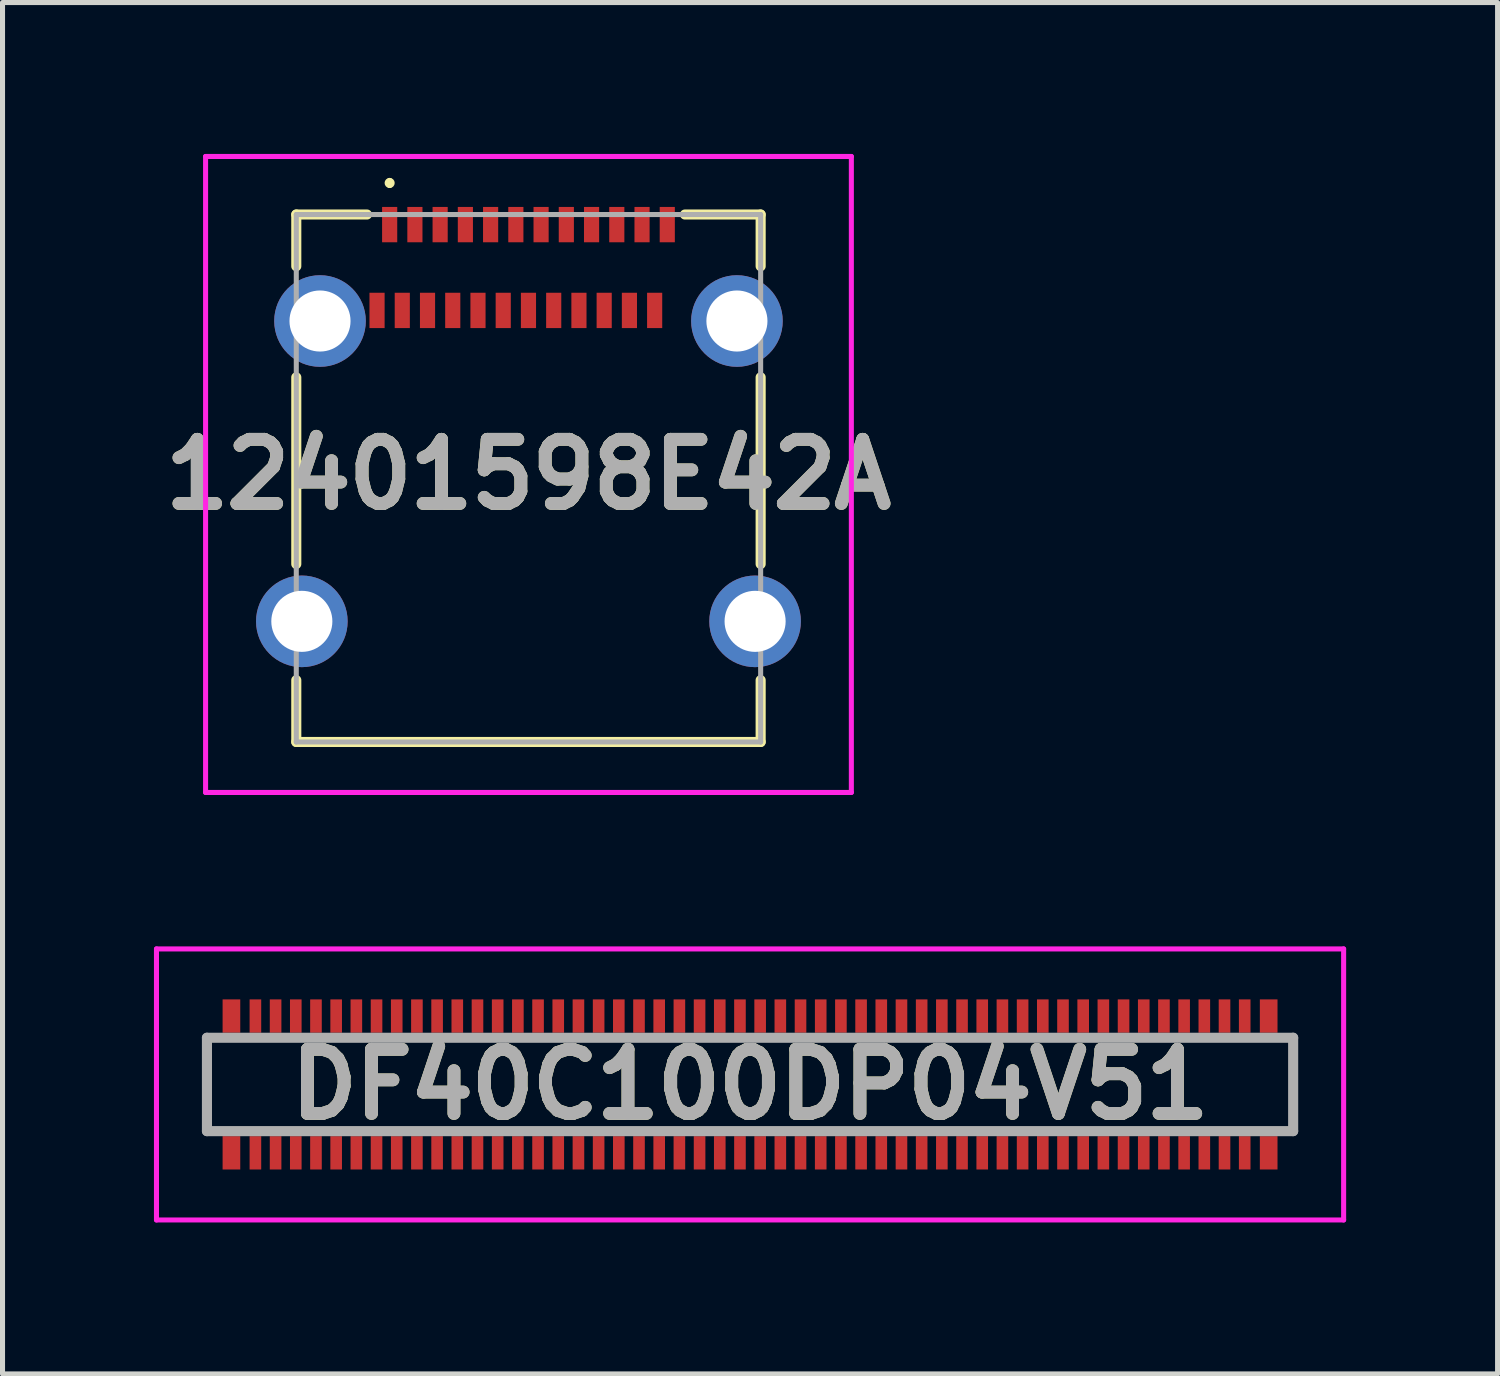
<source format=kicad_pcb>
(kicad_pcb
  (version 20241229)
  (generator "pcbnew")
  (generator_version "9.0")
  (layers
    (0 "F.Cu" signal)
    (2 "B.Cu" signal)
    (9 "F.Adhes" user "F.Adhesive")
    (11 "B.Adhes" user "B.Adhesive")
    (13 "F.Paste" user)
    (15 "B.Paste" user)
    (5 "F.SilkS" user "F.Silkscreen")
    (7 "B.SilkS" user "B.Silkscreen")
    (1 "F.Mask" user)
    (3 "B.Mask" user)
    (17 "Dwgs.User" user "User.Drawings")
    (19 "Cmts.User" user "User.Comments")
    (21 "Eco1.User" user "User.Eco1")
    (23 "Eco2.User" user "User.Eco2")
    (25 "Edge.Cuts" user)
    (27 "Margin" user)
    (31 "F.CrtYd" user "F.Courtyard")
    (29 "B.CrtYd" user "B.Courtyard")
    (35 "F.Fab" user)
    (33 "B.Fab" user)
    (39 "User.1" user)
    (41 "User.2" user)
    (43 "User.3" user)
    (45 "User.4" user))
  (footprint "DF40C100DP04V51"
    (layer "F.Cu")
    (at 11.81 18.435)
    (property "Reference" "DF40C100DP04V51" (at 0 0 0) (layer "F.SilkS") (effects (font (size 1.27 1.27) (thickness 0.254))))
    (attr smd)
    (fp_line (start -10.76 -0.925) (end -10.76 0.925) (stroke (width 0.1) (type solid)) (layer "F.SilkS"))
    (fp_line (start 10.76 -0.925) (end 10.76 0.925) (stroke (width 0.1) (type solid)) (layer "F.SilkS"))
    (fp_line (start -11.76 -2.685) (end 11.76 -2.685) (stroke (width 0.1) (type solid)) (layer "F.CrtYd"))
    (fp_line (start -11.76 2.685) (end -11.76 -2.685) (stroke (width 0.1) (type solid)) (layer "F.CrtYd"))
    (fp_line (start 11.76 -2.685) (end 11.76 2.685) (stroke (width 0.1) (type solid)) (layer "F.CrtYd"))
    (fp_line (start 11.76 2.685) (end -11.76 2.685) (stroke (width 0.1) (type solid)) (layer "F.CrtYd"))
    (fp_line (start -10.76 -0.925) (end 10.76 -0.925) (stroke (width 0.2) (type solid)) (layer "F.Fab"))
    (fp_line (start -10.76 0.925) (end -10.76 -0.925) (stroke (width 0.2) (type solid)) (layer "F.Fab"))
    (fp_line (start 10.76 -0.925) (end 10.76 0.925) (stroke (width 0.2) (type solid)) (layer "F.Fab"))
    (fp_line (start 10.76 0.925) (end -10.76 0.925) (stroke (width 0.2) (type solid)) (layer "F.Fab"))
    (fp_text user "${REFERENCE}" (at 0 0 0) (layer "F.Fab") (effects (font (size 1.27 1.27) (thickness 0.254))))
    (pad "1" smd rect (at -9.8 1.355) (size 0.23 0.66) (layers "F.Cu" "F.Mask" "F.Paste"))
    (pad "2" smd rect (at -9.8 -1.355) (size 0.23 0.66) (layers "F.Cu" "F.Mask" "F.Paste"))
    (pad "3" smd rect (at -9.4 1.355) (size 0.23 0.66) (layers "F.Cu" "F.Mask" "F.Paste"))
    (pad "4" smd rect (at -9.4 -1.355) (size 0.23 0.66) (layers "F.Cu" "F.Mask" "F.Paste"))
    (pad "5" smd rect (at -9 1.355) (size 0.23 0.66) (layers "F.Cu" "F.Mask" "F.Paste"))
    (pad "6" smd rect (at -9 -1.355) (size 0.23 0.66) (layers "F.Cu" "F.Mask" "F.Paste"))
    (pad "7" smd rect (at -8.6 1.355) (size 0.23 0.66) (layers "F.Cu" "F.Mask" "F.Paste"))
    (pad "8" smd rect (at -8.6 -1.355) (size 0.23 0.66) (layers "F.Cu" "F.Mask" "F.Paste"))
    (pad "9" smd rect (at -8.2 1.355) (size 0.23 0.66) (layers "F.Cu" "F.Mask" "F.Paste"))
    (pad "10" smd rect (at -8.2 -1.355) (size 0.23 0.66) (layers "F.Cu" "F.Mask" "F.Paste"))
    (pad "11" smd rect (at -7.8 1.355) (size 0.23 0.66) (layers "F.Cu" "F.Mask" "F.Paste"))
    (pad "12" smd rect (at -7.8 -1.355) (size 0.23 0.66) (layers "F.Cu" "F.Mask" "F.Paste"))
    (pad "13" smd rect (at -7.4 1.355) (size 0.23 0.66) (layers "F.Cu" "F.Mask" "F.Paste"))
    (pad "14" smd rect (at -7.4 -1.355) (size 0.23 0.66) (layers "F.Cu" "F.Mask" "F.Paste"))
    (pad "15" smd rect (at -7 1.355) (size 0.23 0.66) (layers "F.Cu" "F.Mask" "F.Paste"))
    (pad "16" smd rect (at -7 -1.355) (size 0.23 0.66) (layers "F.Cu" "F.Mask" "F.Paste"))
    (pad "17" smd rect (at -6.6 1.355) (size 0.23 0.66) (layers "F.Cu" "F.Mask" "F.Paste"))
    (pad "18" smd rect (at -6.6 -1.355) (size 0.23 0.66) (layers "F.Cu" "F.Mask" "F.Paste"))
    (pad "19" smd rect (at -6.2 1.355) (size 0.23 0.66) (layers "F.Cu" "F.Mask" "F.Paste"))
    (pad "20" smd rect (at -6.2 -1.355) (size 0.23 0.66) (layers "F.Cu" "F.Mask" "F.Paste"))
    (pad "21" smd rect (at -5.8 1.355) (size 0.23 0.66) (layers "F.Cu" "F.Mask" "F.Paste"))
    (pad "22" smd rect (at -5.8 -1.355) (size 0.23 0.66) (layers "F.Cu" "F.Mask" "F.Paste"))
    (pad "23" smd rect (at -5.4 1.355) (size 0.23 0.66) (layers "F.Cu" "F.Mask" "F.Paste"))
    (pad "24" smd rect (at -5.4 -1.355) (size 0.23 0.66) (layers "F.Cu" "F.Mask" "F.Paste"))
    (pad "25" smd rect (at -5 1.355) (size 0.23 0.66) (layers "F.Cu" "F.Mask" "F.Paste"))
    (pad "26" smd rect (at -5 -1.355) (size 0.23 0.66) (layers "F.Cu" "F.Mask" "F.Paste"))
    (pad "27" smd rect (at -4.6 1.355) (size 0.23 0.66) (layers "F.Cu" "F.Mask" "F.Paste"))
    (pad "28" smd rect (at -4.6 -1.355) (size 0.23 0.66) (layers "F.Cu" "F.Mask" "F.Paste"))
    (pad "29" smd rect (at -4.2 1.355) (size 0.23 0.66) (layers "F.Cu" "F.Mask" "F.Paste"))
    (pad "30" smd rect (at -4.2 -1.355) (size 0.23 0.66) (layers "F.Cu" "F.Mask" "F.Paste"))
    (pad "31" smd rect (at -3.8 1.355) (size 0.23 0.66) (layers "F.Cu" "F.Mask" "F.Paste"))
    (pad "32" smd rect (at -3.8 -1.355) (size 0.23 0.66) (layers "F.Cu" "F.Mask" "F.Paste"))
    (pad "33" smd rect (at -3.4 1.355) (size 0.23 0.66) (layers "F.Cu" "F.Mask" "F.Paste"))
    (pad "34" smd rect (at -3.4 -1.355) (size 0.23 0.66) (layers "F.Cu" "F.Mask" "F.Paste"))
    (pad "35" smd rect (at -3 1.355) (size 0.23 0.66) (layers "F.Cu" "F.Mask" "F.Paste"))
    (pad "36" smd rect (at -3 -1.355) (size 0.23 0.66) (layers "F.Cu" "F.Mask" "F.Paste"))
    (pad "37" smd rect (at -2.6 1.355) (size 0.23 0.66) (layers "F.Cu" "F.Mask" "F.Paste"))
    (pad "38" smd rect (at -2.6 -1.355) (size 0.23 0.66) (layers "F.Cu" "F.Mask" "F.Paste"))
    (pad "39" smd rect (at -2.2 1.355) (size 0.23 0.66) (layers "F.Cu" "F.Mask" "F.Paste"))
    (pad "40" smd rect (at -2.2 -1.355) (size 0.23 0.66) (layers "F.Cu" "F.Mask" "F.Paste"))
    (pad "41" smd rect (at -1.8 1.355) (size 0.23 0.66) (layers "F.Cu" "F.Mask" "F.Paste"))
    (pad "42" smd rect (at -1.8 -1.355) (size 0.23 0.66) (layers "F.Cu" "F.Mask" "F.Paste"))
    (pad "43" smd rect (at -1.4 1.355) (size 0.23 0.66) (layers "F.Cu" "F.Mask" "F.Paste"))
    (pad "44" smd rect (at -1.4 -1.355) (size 0.23 0.66) (layers "F.Cu" "F.Mask" "F.Paste"))
    (pad "45" smd rect (at -1 1.355) (size 0.23 0.66) (layers "F.Cu" "F.Mask" "F.Paste"))
    (pad "46" smd rect (at -1 -1.355) (size 0.23 0.66) (layers "F.Cu" "F.Mask" "F.Paste"))
    (pad "47" smd rect (at -0.6 1.355) (size 0.23 0.66) (layers "F.Cu" "F.Mask" "F.Paste"))
    (pad "48" smd rect (at -0.6 -1.355) (size 0.23 0.66) (layers "F.Cu" "F.Mask" "F.Paste"))
    (pad "49" smd rect (at -0.2 1.355) (size 0.23 0.66) (layers "F.Cu" "F.Mask" "F.Paste"))
    (pad "50" smd rect (at -0.2 -1.355) (size 0.23 0.66) (layers "F.Cu" "F.Mask" "F.Paste"))
    (pad "51" smd rect (at 0.2 1.355) (size 0.23 0.66) (layers "F.Cu" "F.Mask" "F.Paste"))
    (pad "52" smd rect (at 0.2 -1.355) (size 0.23 0.66) (layers "F.Cu" "F.Mask" "F.Paste"))
    (pad "53" smd rect (at 0.6 1.355) (size 0.23 0.66) (layers "F.Cu" "F.Mask" "F.Paste"))
    (pad "54" smd rect (at 0.6 -1.355) (size 0.23 0.66) (layers "F.Cu" "F.Mask" "F.Paste"))
    (pad "55" smd rect (at 1 1.355) (size 0.23 0.66) (layers "F.Cu" "F.Mask" "F.Paste"))
    (pad "56" smd rect (at 1 -1.355) (size 0.23 0.66) (layers "F.Cu" "F.Mask" "F.Paste"))
    (pad "57" smd rect (at 1.4 1.355) (size 0.23 0.66) (layers "F.Cu" "F.Mask" "F.Paste"))
    (pad "58" smd rect (at 1.4 -1.355) (size 0.23 0.66) (layers "F.Cu" "F.Mask" "F.Paste"))
    (pad "59" smd rect (at 1.8 1.355) (size 0.23 0.66) (layers "F.Cu" "F.Mask" "F.Paste"))
    (pad "60" smd rect (at 1.8 -1.355) (size 0.23 0.66) (layers "F.Cu" "F.Mask" "F.Paste"))
    (pad "61" smd rect (at 2.2 1.355) (size 0.23 0.66) (layers "F.Cu" "F.Mask" "F.Paste"))
    (pad "62" smd rect (at 2.2 -1.355) (size 0.23 0.66) (layers "F.Cu" "F.Mask" "F.Paste"))
    (pad "63" smd rect (at 2.6 1.355) (size 0.23 0.66) (layers "F.Cu" "F.Mask" "F.Paste"))
    (pad "64" smd rect (at 2.6 -1.355) (size 0.23 0.66) (layers "F.Cu" "F.Mask" "F.Paste"))
    (pad "65" smd rect (at 3 1.355) (size 0.23 0.66) (layers "F.Cu" "F.Mask" "F.Paste"))
    (pad "66" smd rect (at 3 -1.355) (size 0.23 0.66) (layers "F.Cu" "F.Mask" "F.Paste"))
    (pad "67" smd rect (at 3.4 1.355) (size 0.23 0.66) (layers "F.Cu" "F.Mask" "F.Paste"))
    (pad "68" smd rect (at 3.4 -1.355) (size 0.23 0.66) (layers "F.Cu" "F.Mask" "F.Paste"))
    (pad "69" smd rect (at 3.8 1.355) (size 0.23 0.66) (layers "F.Cu" "F.Mask" "F.Paste"))
    (pad "70" smd rect (at 3.8 -1.355) (size 0.23 0.66) (layers "F.Cu" "F.Mask" "F.Paste"))
    (pad "71" smd rect (at 4.2 1.355) (size 0.23 0.66) (layers "F.Cu" "F.Mask" "F.Paste"))
    (pad "72" smd rect (at 4.2 -1.355) (size 0.23 0.66) (layers "F.Cu" "F.Mask" "F.Paste"))
    (pad "73" smd rect (at 4.6 1.355) (size 0.23 0.66) (layers "F.Cu" "F.Mask" "F.Paste"))
    (pad "74" smd rect (at 4.6 -1.355) (size 0.23 0.66) (layers "F.Cu" "F.Mask" "F.Paste"))
    (pad "75" smd rect (at 5 1.355) (size 0.23 0.66) (layers "F.Cu" "F.Mask" "F.Paste"))
    (pad "76" smd rect (at 5 -1.355) (size 0.23 0.66) (layers "F.Cu" "F.Mask" "F.Paste"))
    (pad "77" smd rect (at 5.4 1.355) (size 0.23 0.66) (layers "F.Cu" "F.Mask" "F.Paste"))
    (pad "78" smd rect (at 5.4 -1.355) (size 0.23 0.66) (layers "F.Cu" "F.Mask" "F.Paste"))
    (pad "79" smd rect (at 5.8 1.355) (size 0.23 0.66) (layers "F.Cu" "F.Mask" "F.Paste"))
    (pad "80" smd rect (at 5.8 -1.355) (size 0.23 0.66) (layers "F.Cu" "F.Mask" "F.Paste"))
    (pad "81" smd rect (at 6.2 1.355) (size 0.23 0.66) (layers "F.Cu" "F.Mask" "F.Paste"))
    (pad "82" smd rect (at 6.2 -1.355) (size 0.23 0.66) (layers "F.Cu" "F.Mask" "F.Paste"))
    (pad "83" smd rect (at 6.6 1.355) (size 0.23 0.66) (layers "F.Cu" "F.Mask" "F.Paste"))
    (pad "84" smd rect (at 6.6 -1.355) (size 0.23 0.66) (layers "F.Cu" "F.Mask" "F.Paste"))
    (pad "85" smd rect (at 7 1.355) (size 0.23 0.66) (layers "F.Cu" "F.Mask" "F.Paste"))
    (pad "86" smd rect (at 7 -1.355) (size 0.23 0.66) (layers "F.Cu" "F.Mask" "F.Paste"))
    (pad "87" smd rect (at 7.4 1.355) (size 0.23 0.66) (layers "F.Cu" "F.Mask" "F.Paste"))
    (pad "88" smd rect (at 7.4 -1.355) (size 0.23 0.66) (layers "F.Cu" "F.Mask" "F.Paste"))
    (pad "89" smd rect (at 7.8 1.355) (size 0.23 0.66) (layers "F.Cu" "F.Mask" "F.Paste"))
    (pad "90" smd rect (at 7.8 -1.355) (size 0.23 0.66) (layers "F.Cu" "F.Mask" "F.Paste"))
    (pad "91" smd rect (at 8.2 1.355) (size 0.23 0.66) (layers "F.Cu" "F.Mask" "F.Paste"))
    (pad "92" smd rect (at 8.2 -1.355) (size 0.23 0.66) (layers "F.Cu" "F.Mask" "F.Paste"))
    (pad "93" smd rect (at 8.6 1.355) (size 0.23 0.66) (layers "F.Cu" "F.Mask" "F.Paste"))
    (pad "94" smd rect (at 8.6 -1.355) (size 0.23 0.66) (layers "F.Cu" "F.Mask" "F.Paste"))
    (pad "95" smd rect (at 9 1.355) (size 0.23 0.66) (layers "F.Cu" "F.Mask" "F.Paste"))
    (pad "96" smd rect (at 9 -1.355) (size 0.23 0.66) (layers "F.Cu" "F.Mask" "F.Paste"))
    (pad "97" smd rect (at 9.4 1.355) (size 0.23 0.66) (layers "F.Cu" "F.Mask" "F.Paste"))
    (pad "98" smd rect (at 9.4 -1.355) (size 0.23 0.66) (layers "F.Cu" "F.Mask" "F.Paste"))
    (pad "99" smd rect (at 9.8 1.355) (size 0.23 0.66) (layers "F.Cu" "F.Mask" "F.Paste"))
    (pad "100" smd rect (at 9.8 -1.355) (size 0.23 0.66) (layers "F.Cu" "F.Mask" "F.Paste"))
    (pad "101" smd rect (at -10.275 -1.355) (size 0.35 0.66) (layers "F.Cu" "F.Mask" "F.Paste"))
    (pad "102" smd rect (at -10.275 1.355) (size 0.35 0.66) (layers "F.Cu" "F.Mask" "F.Paste"))
    (pad "103" smd rect (at 10.275 1.355) (size 0.35 0.66) (layers "F.Cu" "F.Mask" "F.Paste"))
    (pad "104" smd rect (at 10.275 -1.355) (size 0.35 0.66) (layers "F.Cu" "F.Mask" "F.Paste")))
  (footprint "12401598E42A"
    (layer "F.Cu")
    (at 7.42 6.425)
    (property "Reference" "12401598E42A" (at 0 -0.075 0) (layer "F.SilkS") (effects (font (size 1.27 1.27) (thickness 0.254))))
    (attr through_hole)
    (fp_line (start -4.6 -5.225) (end -4.6 -4.2) (stroke (width 0.2) (type solid)) (layer "F.SilkS"))
    (fp_line (start -4.6 -2) (end -4.6 1.7) (stroke (width 0.2) (type solid)) (layer "F.SilkS"))
    (fp_line (start -4.6 4) (end -4.6 5.225) (stroke (width 0.2) (type solid)) (layer "F.SilkS"))
    (fp_line (start -4.6 5.225) (end 4.6 5.225) (stroke (width 0.2) (type solid)) (layer "F.SilkS"))
    (fp_line (start -3.2 -5.225) (end -4.6 -5.225) (stroke (width 0.2) (type solid)) (layer "F.SilkS"))
    (fp_line (start -2.75 -5.9) (end -2.75 -5.9) (stroke (width 0.1) (type solid)) (layer "F.SilkS"))
    (fp_line (start -2.75 -5.8) (end -2.75 -5.8) (stroke (width 0.1) (type solid)) (layer "F.SilkS"))
    (fp_line (start 4.6 -5.225) (end 3.1 -5.225) (stroke (width 0.2) (type solid)) (layer "F.SilkS"))
    (fp_line (start 4.6 -4.2) (end 4.6 -5.225) (stroke (width 0.2) (type solid)) (layer "F.SilkS"))
    (fp_line (start 4.6 1.7) (end 4.6 -2) (stroke (width 0.2) (type solid)) (layer "F.SilkS"))
    (fp_line (start 4.6 5.225) (end 4.6 4) (stroke (width 0.2) (type solid)) (layer "F.SilkS"))
    (fp_arc (start -2.751 -5.8) (mid -2.8005 -5.8505) (end -2.75 -5.9) (stroke (width 0.1) (type solid)) (layer "F.SilkS"))
    (fp_arc (start -2.75 -5.9) (mid -2.7 -5.85) (end -2.75 -5.8) (stroke (width 0.1) (type solid)) (layer "F.SilkS"))
    (fp_line (start -6.397 -6.375) (end 6.397 -6.375) (stroke (width 0.1) (type solid)) (layer "F.CrtYd"))
    (fp_line (start -6.397 6.225) (end -6.397 -6.375) (stroke (width 0.1) (type solid)) (layer "F.CrtYd"))
    (fp_line (start 6.397 -6.375) (end 6.397 6.225) (stroke (width 0.1) (type solid)) (layer "F.CrtYd"))
    (fp_line (start 6.397 6.225) (end -6.397 6.225) (stroke (width 0.1) (type solid)) (layer "F.CrtYd"))
    (fp_line (start -4.6 -5.225) (end 4.6 -5.225) (stroke (width 0.1) (type solid)) (layer "F.Fab"))
    (fp_line (start -4.6 5.225) (end -4.6 -5.225) (stroke (width 0.1) (type solid)) (layer "F.Fab"))
    (fp_line (start 4.6 -5.225) (end 4.6 5.225) (stroke (width 0.1) (type solid)) (layer "F.Fab"))
    (fp_line (start 4.6 5.225) (end -4.6 5.225) (stroke (width 0.1) (type solid)) (layer "F.Fab"))
    (fp_text user "${REFERENCE}" (at 0 -0.075 0) (layer "F.Fab") (effects (font (size 1.27 1.27) (thickness 0.254))))
    (pad "" np_thru_hole circle (at -3.6 -4.365) (size 0.001 0.001) (drill 0.65) (layers "*.Cu" "*.Mask"))
    (pad "" np_thru_hole circle (at 3.6 -4.365) (size 0.001 0.001) (drill 1.15) (layers "*.Cu" "*.Mask"))
    (pad "A1" smd rect (at -2.75 -5.025) (size 0.3 0.7) (layers "F.Cu" "F.Mask" "F.Paste"))
    (pad "A2" smd rect (at -2.25 -5.025) (size 0.3 0.7) (layers "F.Cu" "F.Mask" "F.Paste"))
    (pad "A3" smd rect (at -1.75 -5.025) (size 0.3 0.7) (layers "F.Cu" "F.Mask" "F.Paste"))
    (pad "A4" smd rect (at -1.25 -5.025) (size 0.3 0.7) (layers "F.Cu" "F.Mask" "F.Paste"))
    (pad "A5" smd rect (at -0.75 -5.025) (size 0.3 0.7) (layers "F.Cu" "F.Mask" "F.Paste"))
    (pad "A6" smd rect (at -0.25 -5.025) (size 0.3 0.7) (layers "F.Cu" "F.Mask" "F.Paste"))
    (pad "A7" smd rect (at 0.25 -5.025) (size 0.3 0.7) (layers "F.Cu" "F.Mask" "F.Paste"))
    (pad "A8" smd rect (at 0.75 -5.025) (size 0.3 0.7) (layers "F.Cu" "F.Mask" "F.Paste"))
    (pad "A9" smd rect (at 1.25 -5.025) (size 0.3 0.7) (layers "F.Cu" "F.Mask" "F.Paste"))
    (pad "A10" smd rect (at 1.75 -5.025) (size 0.3 0.7) (layers "F.Cu" "F.Mask" "F.Paste"))
    (pad "A11" smd rect (at 2.25 -5.025) (size 0.3 0.7) (layers "F.Cu" "F.Mask" "F.Paste"))
    (pad "A12" smd rect (at 2.75 -5.025) (size 0.3 0.7) (layers "F.Cu" "F.Mask" "F.Paste"))
    (pad "B1" smd rect (at 2.5 -3.325) (size 0.3 0.7) (layers "F.Cu" "F.Mask" "F.Paste"))
    (pad "B2" smd rect (at 2 -3.325) (size 0.3 0.7) (layers "F.Cu" "F.Mask" "F.Paste"))
    (pad "B3" smd rect (at 1.5 -3.325) (size 0.3 0.7) (layers "F.Cu" "F.Mask" "F.Paste"))
    (pad "B4" smd rect (at 1 -3.325) (size 0.3 0.7) (layers "F.Cu" "F.Mask" "F.Paste"))
    (pad "B5" smd rect (at 0.5 -3.325) (size 0.3 0.7) (layers "F.Cu" "F.Mask" "F.Paste"))
    (pad "B6" smd rect (at 0 -3.325) (size 0.3 0.7) (layers "F.Cu" "F.Mask" "F.Paste"))
    (pad "B7" smd rect (at -0.5 -3.325) (size 0.3 0.7) (layers "F.Cu" "F.Mask" "F.Paste"))
    (pad "B8" smd rect (at -1 -3.325) (size 0.3 0.7) (layers "F.Cu" "F.Mask" "F.Paste"))
    (pad "B9" smd rect (at -1.5 -3.325) (size 0.3 0.7) (layers "F.Cu" "F.Mask" "F.Paste"))
    (pad "B10" smd rect (at -2 -3.325) (size 0.3 0.7) (layers "F.Cu" "F.Mask" "F.Paste"))
    (pad "B11" smd rect (at -2.5 -3.325) (size 0.3 0.7) (layers "F.Cu" "F.Mask" "F.Paste"))
    (pad "B12" smd rect (at -3 -3.325) (size 0.3 0.7) (layers "F.Cu" "F.Mask" "F.Paste"))
    (pad "MH1" thru_hole circle (at -4.13 -3.115) (size 1.815 1.815) (drill 1.21) (layers "*.Cu" "*.Mask"))
    (pad "MH2" thru_hole circle (at 4.13 -3.115) (size 1.815 1.815) (drill 1.21) (layers "*.Cu" "*.Mask"))
    (pad "MH3" thru_hole circle (at 4.49 2.835) (size 1.815 1.815) (drill 1.21) (layers "*.Cu" "*.Mask"))
    (pad "MH4" thru_hole circle (at -4.49 2.835) (size 1.815 1.815) (drill 1.21) (layers "*.Cu" "*.Mask")))
  (gr_rect
    (start -3 -3)
    (end 26.62 24.17)
    (stroke (width 0.1) (type default))
    (fill no)
    (layer "Edge.Cuts")))
</source>
